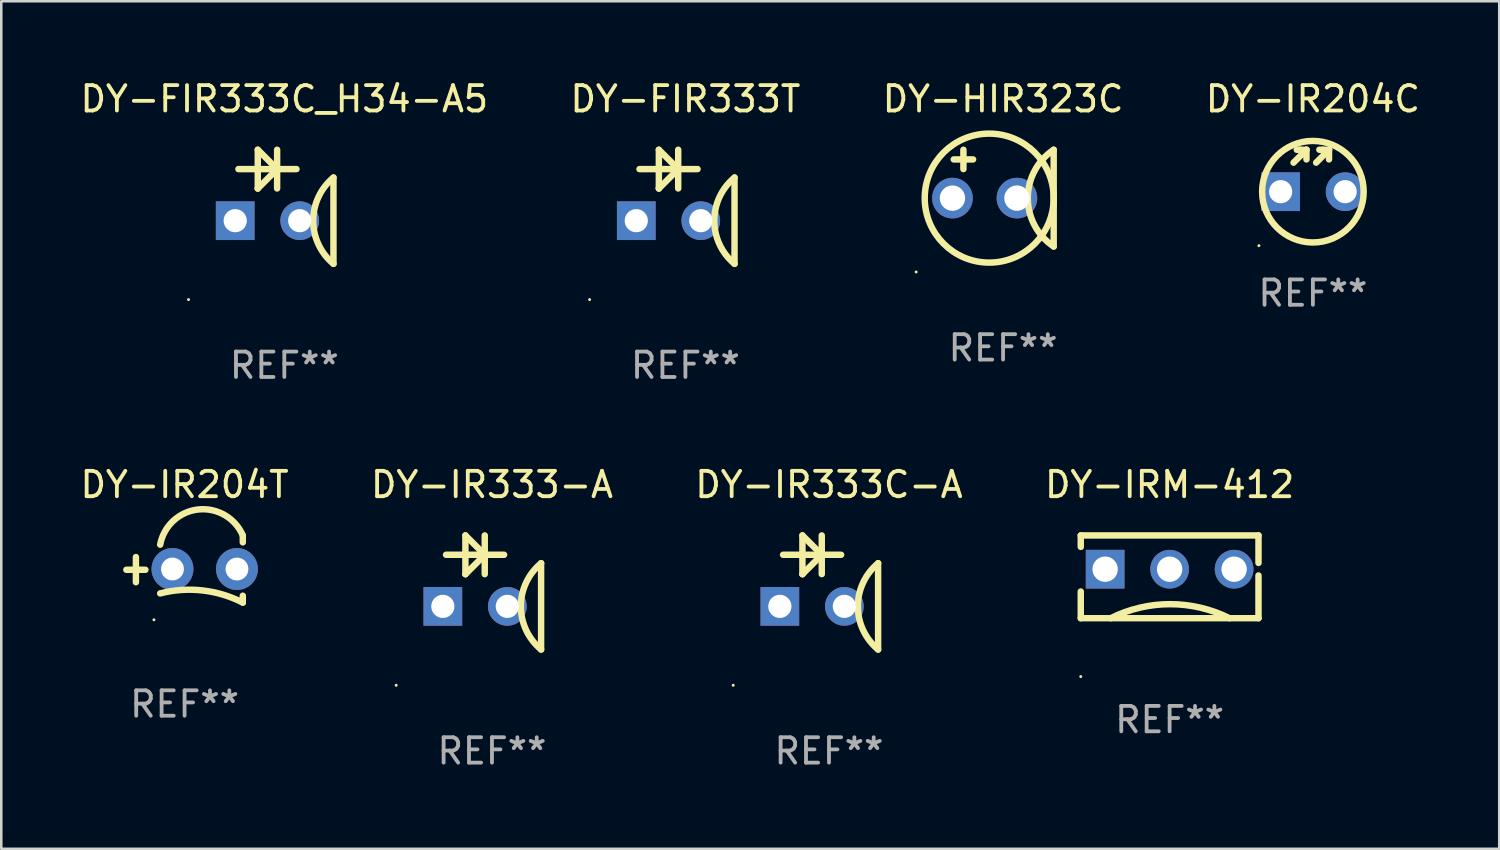
<source format=kicad_pcb>
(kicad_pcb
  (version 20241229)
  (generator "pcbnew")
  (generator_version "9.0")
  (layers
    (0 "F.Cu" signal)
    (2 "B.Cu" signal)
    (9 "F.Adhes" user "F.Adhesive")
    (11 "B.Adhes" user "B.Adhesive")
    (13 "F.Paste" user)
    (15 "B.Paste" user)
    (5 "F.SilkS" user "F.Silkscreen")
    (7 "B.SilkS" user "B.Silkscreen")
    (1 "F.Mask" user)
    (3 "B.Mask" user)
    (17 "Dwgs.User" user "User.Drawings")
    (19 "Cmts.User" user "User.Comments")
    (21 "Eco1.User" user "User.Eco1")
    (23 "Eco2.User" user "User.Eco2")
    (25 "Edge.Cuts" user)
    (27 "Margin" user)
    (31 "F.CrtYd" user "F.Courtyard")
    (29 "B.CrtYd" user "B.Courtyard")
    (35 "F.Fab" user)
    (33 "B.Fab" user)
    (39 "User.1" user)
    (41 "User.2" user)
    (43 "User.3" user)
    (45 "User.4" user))
  (footprint "DY-IR204C"
    (layer "F.Cu")
    (at 48.661 3.674)
    (property "Reference" "DY-IR204C" (at 0 -2.826 0) (layer "F.SilkS") (effects (font (size 1 1) (thickness 0.15))))
    (attr through_hole)
    (fp_line (start -0.762 -0.318) (end -0.254 -0.826) (stroke (width 0.254) (type solid)) (layer "F.SilkS"))
    (fp_line (start -0.508 -0.826) (end -0.635 -0.826) (stroke (width 0.254) (type solid)) (layer "F.SilkS"))
    (fp_line (start -0.254 -0.826) (end -0.508 -0.826) (stroke (width 0.254) (type solid)) (layer "F.SilkS"))
    (fp_line (start -0.254 -0.826) (end -0.254 -0.445) (stroke (width 0.254) (type solid)) (layer "F.SilkS"))
    (fp_line (start 0.127 -0.318) (end 0.635 -0.826) (stroke (width 0.254) (type solid)) (layer "F.SilkS"))
    (fp_line (start 0.381 -0.826) (end 0.254 -0.826) (stroke (width 0.254) (type solid)) (layer "F.SilkS"))
    (fp_line (start 0.635 -0.826) (end 0.381 -0.826) (stroke (width 0.254) (type solid)) (layer "F.SilkS"))
    (fp_line (start 0.635 -0.826) (end 0.635 -0.445) (stroke (width 0.254) (type solid)) (layer "F.SilkS"))
    (fp_circle (center -2.127 2.953) (end -2.097 2.953) (stroke (width 0.06) (type solid)) (fill no) (layer "F.SilkS"))
    (fp_circle (center 0 0.826) (end 2 0.826) (stroke (width 0.254) (type solid)) (fill no) (layer "F.SilkS"))
    (fp_text user "REF**" (at 0 4.826 0) (layer "F.Fab") (effects (font (size 1 1) (thickness 0.15))))
    (pad "1" thru_hole rect (at -1.27 0.826) (size 1.524 1.524) (drill 0.914) (layers "*.Cu" "*.Mask"))
    (pad "2" thru_hole circle (at 1.27 0.826) (size 1.524 1.524) (drill 0.914) (layers "*.Cu" "*.Mask")))
  (footprint "DY-IR333C-A"
    (layer "F.Cu")
    (at 29.601 20.286)
    (property "Reference" "DY-IR333C-A" (at 0 -4.247 0) (layer "F.SilkS") (effects (font (size 1 1) (thickness 0.15))))
    (attr through_hole)
    (fp_line (start -1.808 -1.485) (end 0.478 -1.485) (stroke (width 0.254) (type solid)) (layer "F.SilkS"))
    (fp_line (start -1.046 -2.247) (end -1.046 -0.723) (stroke (width 0.254) (type solid)) (layer "F.SilkS"))
    (fp_line (start -1.046 -0.723) (end -1.044 -0.723) (stroke (width 0.254) (type solid)) (layer "F.SilkS"))
    (fp_line (start -1.044 -0.723) (end -0.282 -1.485) (stroke (width 0.254) (type solid)) (layer "F.SilkS"))
    (fp_line (start -0.284 -2.247) (end -0.284 -0.723) (stroke (width 0.254) (type solid)) (layer "F.SilkS"))
    (fp_line (start -0.284 -1.485) (end -1.046 -2.247) (stroke (width 0.254) (type solid)) (layer "F.SilkS"))
    (fp_line (start -0.278 -1.485) (end -0.284 -1.485) (stroke (width 0.254) (type solid)) (layer "F.SilkS"))
    (fp_line (start 1.935 -1.153) (end 1.935 2.247) (stroke (width 0.254) (type solid)) (layer "F.SilkS"))
    (fp_arc (start 1.935979 2.246266) (mid 1.1372 0.547002) (end 1.93598 -1.152261) (stroke (width 0.254001) (type solid)) (layer "F.SilkS"))
    (fp_circle (center -3.773 3.655) (end -3.743 3.655) (stroke (width 0.06) (type solid)) (fill no) (layer "F.SilkS"))
    (fp_text user "REF**" (at 0 6.247 0) (layer "F.Fab") (effects (font (size 1 1) (thickness 0.15))))
    (pad "1" thru_hole rect (at -1.935 0.547) (size 1.524 1.524) (drill 0.914) (layers "*.Cu" "*.Mask"))
    (pad "2" thru_hole circle (at 0.605 0.547) (size 1.524 1.524) (drill 0.914) (layers "*.Cu" "*.Mask")))
  (footprint "DY-FIR333C_H34-A5"
    (layer "F.Cu")
    (at 8.149 5.095)
    (property "Reference" "DY-FIR333C_H34-A5" (at 0 -4.247 0) (layer "F.SilkS") (effects (font (size 1 1) (thickness 0.15))))
    (attr through_hole)
    (fp_line (start -1.808 -1.485) (end 0.478 -1.485) (stroke (width 0.254) (type solid)) (layer "F.SilkS"))
    (fp_line (start -1.046 -2.247) (end -1.046 -0.723) (stroke (width 0.254) (type solid)) (layer "F.SilkS"))
    (fp_line (start -1.046 -0.723) (end -1.044 -0.723) (stroke (width 0.254) (type solid)) (layer "F.SilkS"))
    (fp_line (start -1.044 -0.723) (end -0.282 -1.485) (stroke (width 0.254) (type solid)) (layer "F.SilkS"))
    (fp_line (start -0.284 -2.247) (end -0.284 -0.723) (stroke (width 0.254) (type solid)) (layer "F.SilkS"))
    (fp_line (start -0.284 -1.485) (end -1.046 -2.247) (stroke (width 0.254) (type solid)) (layer "F.SilkS"))
    (fp_line (start -0.278 -1.485) (end -0.284 -1.485) (stroke (width 0.254) (type solid)) (layer "F.SilkS"))
    (fp_line (start 1.935 -1.153) (end 1.935 2.247) (stroke (width 0.254) (type solid)) (layer "F.SilkS"))
    (fp_arc (start 1.935979 2.246266) (mid 1.1372 0.547002) (end 1.93598 -1.152261) (stroke (width 0.254001) (type solid)) (layer "F.SilkS"))
    (fp_circle (center -3.773 3.655) (end -3.743 3.655) (stroke (width 0.06) (type solid)) (fill no) (layer "F.SilkS"))
    (fp_text user "REF**" (at 0 6.247 0) (layer "F.Fab") (effects (font (size 1 1) (thickness 0.15))))
    (pad "1" thru_hole rect (at -1.935 0.547) (size 1.524 1.524) (drill 0.914) (layers "*.Cu" "*.Mask"))
    (pad "2" thru_hole circle (at 0.605 0.547) (size 1.524 1.524) (drill 0.914) (layers "*.Cu" "*.Mask")))
  (footprint "DY-IR204T"
    (layer "F.Cu")
    (at 4.22 19.362)
    (property "Reference" "DY-IR204T" (at 0 -3.323 0) (layer "F.SilkS") (effects (font (size 1 1) (thickness 0.15))))
    (attr through_hole)
    (fp_line (start -1.917 0.52) (end -1.917 -0.47) (stroke (width 0.254) (type solid)) (layer "F.SilkS"))
    (fp_line (start -1.543 0.03) (end -2.293 0.03) (stroke (width 0.254) (type solid)) (layer "F.SilkS"))
    (fp_line (start 2.293 -1.051) (end 2.293 -1.323) (stroke (width 0.254) (type solid)) (layer "F.SilkS"))
    (fp_line (start 2.293 1.323) (end 2.293 1.051) (stroke (width 0.254) (type solid)) (layer "F.SilkS"))
    (fp_arc (start -0.96124 0.960224) (mid 0.699225 0.843072) (end 2.293167 1.322885) (stroke (width 0.254001) (type solid)) (layer "F.SilkS"))
    (fp_arc (start -0.961239 -0.960224) (mid 0.531872 -2.344856) (end 2.293167 -1.322885) (stroke (width 0.254001) (type solid)) (layer "F.SilkS"))
    (fp_circle (center -1.207 2) (end -1.177 2) (stroke (width 0.06) (type solid)) (fill no) (layer "F.SilkS"))
    (fp_text user "REF**" (at 0 5.323 0) (layer "F.Fab") (effects (font (size 1 1) (thickness 0.15))))
    (pad "1" thru_hole circle (at -0.477 0) (size 1.651 1.651) (drill 0.9) (layers "*.Cu" "*.Mask"))
    (pad "2" thru_hole circle (at 2.063 0) (size 1.651 1.651) (drill 0.9) (layers "*.Cu" "*.Mask")))
  (footprint "DY-IR333-A"
    (layer "F.Cu")
    (at 16.327 20.286)
    (property "Reference" "DY-IR333-A" (at 0 -4.247 0) (layer "F.SilkS") (effects (font (size 1 1) (thickness 0.15))))
    (attr through_hole)
    (fp_line (start -1.808 -1.485) (end 0.478 -1.485) (stroke (width 0.254) (type solid)) (layer "F.SilkS"))
    (fp_line (start -1.046 -2.247) (end -1.046 -0.723) (stroke (width 0.254) (type solid)) (layer "F.SilkS"))
    (fp_line (start -1.046 -0.723) (end -1.044 -0.723) (stroke (width 0.254) (type solid)) (layer "F.SilkS"))
    (fp_line (start -1.044 -0.723) (end -0.282 -1.485) (stroke (width 0.254) (type solid)) (layer "F.SilkS"))
    (fp_line (start -0.284 -2.247) (end -0.284 -0.723) (stroke (width 0.254) (type solid)) (layer "F.SilkS"))
    (fp_line (start -0.284 -1.485) (end -1.046 -2.247) (stroke (width 0.254) (type solid)) (layer "F.SilkS"))
    (fp_line (start -0.278 -1.485) (end -0.284 -1.485) (stroke (width 0.254) (type solid)) (layer "F.SilkS"))
    (fp_line (start 1.935 -1.153) (end 1.935 2.247) (stroke (width 0.254) (type solid)) (layer "F.SilkS"))
    (fp_arc (start 1.935979 2.246266) (mid 1.1372 0.547002) (end 1.93598 -1.152261) (stroke (width 0.254001) (type solid)) (layer "F.SilkS"))
    (fp_circle (center -3.773 3.655) (end -3.743 3.655) (stroke (width 0.06) (type solid)) (fill no) (layer "F.SilkS"))
    (fp_text user "REF**" (at 0 6.247 0) (layer "F.Fab") (effects (font (size 1 1) (thickness 0.15))))
    (pad "1" thru_hole rect (at -1.935 0.547) (size 1.524 1.524) (drill 0.914) (layers "*.Cu" "*.Mask"))
    (pad "2" thru_hole circle (at 0.605 0.547) (size 1.524 1.524) (drill 0.914) (layers "*.Cu" "*.Mask")))
  (footprint "DY-IRM-412"
    (layer "F.Cu")
    (at 43.018 19.669)
    (property "Reference" "DY-IRM-412" (at 0 -3.63 0) (layer "F.SilkS") (effects (font (size 1 1) (thickness 0.15))))
    (attr through_hole)
    (fp_line (start -3.5 -1.63) (end -3.5 -1.179) (stroke (width 0.254) (type solid)) (layer "F.SilkS"))
    (fp_line (start -3.5 0.579) (end -3.5 1.63) (stroke (width 0.254) (type solid)) (layer "F.SilkS"))
    (fp_line (start 3.5 -1.63) (end -3.5 -1.63) (stroke (width 0.254) (type solid)) (layer "F.SilkS"))
    (fp_line (start 3.5 -1.63) (end 3.5 -0.547) (stroke (width 0.254) (type solid)) (layer "F.SilkS"))
    (fp_line (start 3.5 -0.053) (end 3.5 1.63) (stroke (width 0.254) (type solid)) (layer "F.SilkS"))
    (fp_line (start 3.5 1.63) (end -3.5 1.63) (stroke (width 0.254) (type solid)) (layer "F.SilkS"))
    (fp_arc (start -2.322022 1.629997) (mid 0.018415 1.077495) (end 2.358852 1.629997) (stroke (width 0.254001) (type solid)) (layer "F.SilkS"))
    (fp_circle (center -3.5 3.93) (end -3.47 3.93) (stroke (width 0.06) (type solid)) (fill no) (layer "F.SilkS"))
    (fp_text user "REF**" (at 0 5.63 0) (layer "F.Fab") (effects (font (size 1 1) (thickness 0.15))))
    (pad "1" thru_hole rect (at -2.54 -0.3) (size 1.524 1.524) (drill 1) (layers "*.Cu" "*.Mask"))
    (pad "2" thru_hole circle (at 0 -0.3) (size 1.524 1.524) (drill 1) (layers "*.Cu" "*.Mask"))
    (pad "3" thru_hole circle (at 2.54 -0.3) (size 1.524 1.524) (drill 1) (layers "*.Cu" "*.Mask")))
  (footprint "DY-HIR323C"
    (layer "F.Cu")
    (at 36.458 4.753)
    (property "Reference" "DY-HIR323C" (at 0 -3.905 0) (layer "F.SilkS") (effects (font (size 1 1) (thickness 0.15))))
    (attr through_hole)
    (fp_line (start -1.943 -1.524) (end -1.181 -1.524) (stroke (width 0.254) (type solid)) (layer "F.SilkS"))
    (fp_line (start -1.562 -1.143) (end -1.562 -1.905) (stroke (width 0.254) (type solid)) (layer "F.SilkS"))
    (fp_line (start 1.994 1.905) (end 1.994 -1.905) (stroke (width 0.254) (type solid)) (layer "F.SilkS"))
    (fp_arc (start 1.993899 1.905) (mid 0.974377 0) (end 1.993899 -1.905) (stroke (width 0.254001) (type solid)) (layer "F.SilkS"))
    (fp_circle (center -3.423 2.909) (end -3.393 2.909) (stroke (width 0.06) (type solid)) (fill no) (layer "F.SilkS"))
    (fp_circle (center -0.546 0) (end 1.994 0) (stroke (width 0.254) (type solid)) (fill no) (layer "F.SilkS"))
    (fp_text user "REF**" (at 0 5.905 0) (layer "F.Fab") (effects (font (size 1 1) (thickness 0.15))))
    (pad "1" thru_hole circle (at -1.994 0) (size 1.6 1.6) (drill 1) (layers "*.Cu" "*.Mask"))
    (pad "2" thru_hole circle (at 0.546 0) (size 1.6 1.6) (drill 1) (layers "*.Cu" "*.Mask")))
  (footprint "DY-FIR333T"
    (layer "F.Cu")
    (at 23.946 5.095)
    (property "Reference" "DY-FIR333T" (at 0 -4.247 0) (layer "F.SilkS") (effects (font (size 1 1) (thickness 0.15))))
    (attr through_hole)
    (fp_line (start -1.808 -1.485) (end 0.478 -1.485) (stroke (width 0.254) (type solid)) (layer "F.SilkS"))
    (fp_line (start -1.046 -2.247) (end -1.046 -0.723) (stroke (width 0.254) (type solid)) (layer "F.SilkS"))
    (fp_line (start -1.046 -0.723) (end -1.044 -0.723) (stroke (width 0.254) (type solid)) (layer "F.SilkS"))
    (fp_line (start -1.044 -0.723) (end -0.282 -1.485) (stroke (width 0.254) (type solid)) (layer "F.SilkS"))
    (fp_line (start -0.284 -2.247) (end -0.284 -0.723) (stroke (width 0.254) (type solid)) (layer "F.SilkS"))
    (fp_line (start -0.284 -1.485) (end -1.046 -2.247) (stroke (width 0.254) (type solid)) (layer "F.SilkS"))
    (fp_line (start -0.278 -1.485) (end -0.284 -1.485) (stroke (width 0.254) (type solid)) (layer "F.SilkS"))
    (fp_line (start 1.935 -1.153) (end 1.935 2.247) (stroke (width 0.254) (type solid)) (layer "F.SilkS"))
    (fp_arc (start 1.935979 2.246266) (mid 1.1372 0.547002) (end 1.93598 -1.152261) (stroke (width 0.254001) (type solid)) (layer "F.SilkS"))
    (fp_circle (center -3.773 3.655) (end -3.743 3.655) (stroke (width 0.06) (type solid)) (fill no) (layer "F.SilkS"))
    (fp_text user "REF**" (at 0 6.247 0) (layer "F.Fab") (effects (font (size 1 1) (thickness 0.15))))
    (pad "1" thru_hole rect (at -1.935 0.547) (size 1.524 1.524) (drill 0.914) (layers "*.Cu" "*.Mask"))
    (pad "2" thru_hole circle (at 0.605 0.547) (size 1.524 1.524) (drill 0.914) (layers "*.Cu" "*.Mask")))
  (gr_rect
    (start -3 -3)
    (end 56 30.381)
    (stroke (width 0.1) (type default))
    (fill no)
    (layer "Edge.Cuts")))
</source>
